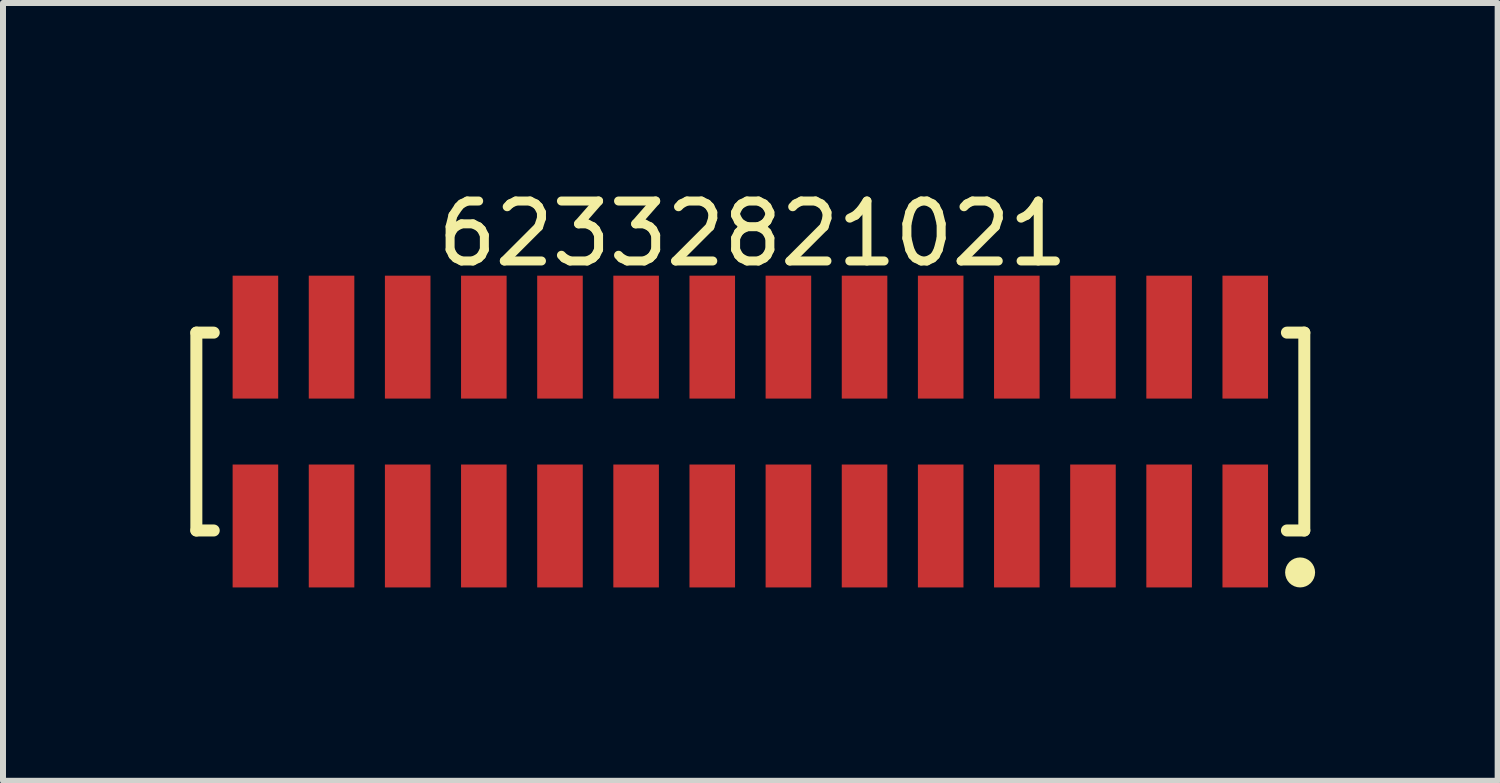
<source format=kicad_pcb>
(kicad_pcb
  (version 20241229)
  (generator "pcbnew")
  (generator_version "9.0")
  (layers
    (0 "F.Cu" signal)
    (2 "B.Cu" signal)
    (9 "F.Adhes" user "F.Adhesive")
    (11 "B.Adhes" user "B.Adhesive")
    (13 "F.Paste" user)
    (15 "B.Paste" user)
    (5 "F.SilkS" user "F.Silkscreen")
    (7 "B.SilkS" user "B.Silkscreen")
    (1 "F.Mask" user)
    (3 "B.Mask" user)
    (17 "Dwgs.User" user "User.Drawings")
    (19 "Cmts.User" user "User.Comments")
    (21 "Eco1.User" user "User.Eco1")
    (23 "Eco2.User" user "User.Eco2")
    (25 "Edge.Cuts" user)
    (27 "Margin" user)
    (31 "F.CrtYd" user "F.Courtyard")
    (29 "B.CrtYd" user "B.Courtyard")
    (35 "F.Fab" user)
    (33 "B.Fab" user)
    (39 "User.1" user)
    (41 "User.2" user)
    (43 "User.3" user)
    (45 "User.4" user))
  (footprint "62332821021"
    (layer "F.Cu")
    (at 9.465 4.148)
    (property "Reference" "62332821021" (at 0.04 -3.3 0) (layer "F.SilkS") (effects (font (size 1 1) (thickness 0.15))))
    (fp_line (start -9.24 -1.65) (end -8.95 -1.65) (stroke (width 0.2) (type solid)) (layer "F.SilkS"))
    (fp_line (start -9.24 1.65) (end -9.24 -1.65) (stroke (width 0.2) (type solid)) (layer "F.SilkS"))
    (fp_line (start -9.24 1.65) (end -8.95 1.65) (stroke (width 0.2) (type solid)) (layer "F.SilkS"))
    (fp_line (start 8.95 -1.65) (end 9.24 -1.65) (stroke (width 0.2) (type solid)) (layer "F.SilkS"))
    (fp_line (start 8.95 1.65) (end 9.24 1.65) (stroke (width 0.2) (type solid)) (layer "F.SilkS"))
    (fp_line (start 9.24 1.65) (end 9.24 -1.65) (stroke (width 0.2) (type solid)) (layer "F.SilkS"))
    (fp_circle (center 9.17 2.35) (end 9.17 2.225) (stroke (width 0.25) (type solid)) (fill no) (layer "F.SilkS"))
    (fp_line (start -9.44 -2.8) (end 9.44 -2.8) (stroke (width 0.05) (type solid)) (layer "Eco2.User"))
    (fp_line (start -9.44 2.8) (end -9.44 -2.8) (stroke (width 0.05) (type solid)) (layer "Eco2.User"))
    (fp_line (start -9.44 2.8) (end 9.44 2.8) (stroke (width 0.05) (type solid)) (layer "Eco2.User"))
    (fp_line (start -9.09 -1.55) (end 9.09 -1.55) (stroke (width 0.1) (type solid)) (layer "Eco2.User"))
    (fp_line (start -9.09 1.55) (end -9.09 -1.55) (stroke (width 0.1) (type solid)) (layer "Eco2.User"))
    (fp_line (start -9.09 1.55) (end 9.09 1.55) (stroke (width 0.1) (type solid)) (layer "Eco2.User"))
    (fp_line (start -8.505 -2.3) (end -8.005 -2.3) (stroke (width 0.1) (type solid)) (layer "Eco2.User"))
    (fp_line (start -8.505 -1.55) (end -8.505 -2.3) (stroke (width 0.1) (type solid)) (layer "Eco2.User"))
    (fp_line (start -8.505 2.3) (end -8.505 1.55) (stroke (width 0.1) (type solid)) (layer "Eco2.User"))
    (fp_line (start -8.505 2.3) (end -8.005 2.3) (stroke (width 0.1) (type solid)) (layer "Eco2.User"))
    (fp_line (start -8.005 -1.55) (end -8.005 -2.3) (stroke (width 0.1) (type solid)) (layer "Eco2.User"))
    (fp_line (start -8.005 2.3) (end -8.005 1.55) (stroke (width 0.1) (type solid)) (layer "Eco2.User"))
    (fp_line (start -7.235 -2.3) (end -6.735 -2.3) (stroke (width 0.1) (type solid)) (layer "Eco2.User"))
    (fp_line (start -7.235 -1.55) (end -7.235 -2.3) (stroke (width 0.1) (type solid)) (layer "Eco2.User"))
    (fp_line (start -7.235 2.3) (end -7.235 1.55) (stroke (width 0.1) (type solid)) (layer "Eco2.User"))
    (fp_line (start -7.235 2.3) (end -6.735 2.3) (stroke (width 0.1) (type solid)) (layer "Eco2.User"))
    (fp_line (start -6.735 -1.55) (end -6.735 -2.3) (stroke (width 0.1) (type solid)) (layer "Eco2.User"))
    (fp_line (start -6.735 2.3) (end -6.735 1.55) (stroke (width 0.1) (type solid)) (layer "Eco2.User"))
    (fp_line (start -5.965 -2.3) (end -5.465 -2.3) (stroke (width 0.1) (type solid)) (layer "Eco2.User"))
    (fp_line (start -5.965 -1.55) (end -5.965 -2.3) (stroke (width 0.1) (type solid)) (layer "Eco2.User"))
    (fp_line (start -5.965 2.3) (end -5.965 1.55) (stroke (width 0.1) (type solid)) (layer "Eco2.User"))
    (fp_line (start -5.965 2.3) (end -5.465 2.3) (stroke (width 0.1) (type solid)) (layer "Eco2.User"))
    (fp_line (start -5.465 -1.55) (end -5.465 -2.3) (stroke (width 0.1) (type solid)) (layer "Eco2.User"))
    (fp_line (start -5.465 2.3) (end -5.465 1.55) (stroke (width 0.1) (type solid)) (layer "Eco2.User"))
    (fp_line (start -4.695 -2.3) (end -4.195 -2.3) (stroke (width 0.1) (type solid)) (layer "Eco2.User"))
    (fp_line (start -4.695 -1.55) (end -4.695 -2.3) (stroke (width 0.1) (type solid)) (layer "Eco2.User"))
    (fp_line (start -4.695 2.3) (end -4.695 1.55) (stroke (width 0.1) (type solid)) (layer "Eco2.User"))
    (fp_line (start -4.695 2.3) (end -4.195 2.3) (stroke (width 0.1) (type solid)) (layer "Eco2.User"))
    (fp_line (start -4.195 -1.55) (end -4.195 -2.3) (stroke (width 0.1) (type solid)) (layer "Eco2.User"))
    (fp_line (start -4.195 2.3) (end -4.195 1.55) (stroke (width 0.1) (type solid)) (layer "Eco2.User"))
    (fp_line (start -3.425 -2.3) (end -2.925 -2.3) (stroke (width 0.1) (type solid)) (layer "Eco2.User"))
    (fp_line (start -3.425 -1.55) (end -3.425 -2.3) (stroke (width 0.1) (type solid)) (layer "Eco2.User"))
    (fp_line (start -3.425 2.3) (end -3.425 1.55) (stroke (width 0.1) (type solid)) (layer "Eco2.User"))
    (fp_line (start -3.425 2.3) (end -2.925 2.3) (stroke (width 0.1) (type solid)) (layer "Eco2.User"))
    (fp_line (start -2.925 -1.55) (end -2.925 -2.3) (stroke (width 0.1) (type solid)) (layer "Eco2.User"))
    (fp_line (start -2.925 2.3) (end -2.925 1.55) (stroke (width 0.1) (type solid)) (layer "Eco2.User"))
    (fp_line (start -2.155 -2.3) (end -1.655 -2.3) (stroke (width 0.1) (type solid)) (layer "Eco2.User"))
    (fp_line (start -2.155 -1.55) (end -2.155 -2.3) (stroke (width 0.1) (type solid)) (layer "Eco2.User"))
    (fp_line (start -2.155 2.3) (end -2.155 1.55) (stroke (width 0.1) (type solid)) (layer "Eco2.User"))
    (fp_line (start -2.155 2.3) (end -1.655 2.3) (stroke (width 0.1) (type solid)) (layer "Eco2.User"))
    (fp_line (start -1.655 -1.55) (end -1.655 -2.3) (stroke (width 0.1) (type solid)) (layer "Eco2.User"))
    (fp_line (start -1.655 2.3) (end -1.655 1.55) (stroke (width 0.1) (type solid)) (layer "Eco2.User"))
    (fp_line (start -0.885 -2.3) (end -0.385 -2.3) (stroke (width 0.1) (type solid)) (layer "Eco2.User"))
    (fp_line (start -0.885 -1.55) (end -0.885 -2.3) (stroke (width 0.1) (type solid)) (layer "Eco2.User"))
    (fp_line (start -0.885 2.3) (end -0.885 1.55) (stroke (width 0.1) (type solid)) (layer "Eco2.User"))
    (fp_line (start -0.885 2.3) (end -0.385 2.3) (stroke (width 0.1) (type solid)) (layer "Eco2.User"))
    (fp_line (start -0.5 0) (end 0.5 0) (stroke (width 0.05) (type solid)) (layer "Eco2.User"))
    (fp_line (start -0.385 -1.55) (end -0.385 -2.3) (stroke (width 0.1) (type solid)) (layer "Eco2.User"))
    (fp_line (start -0.385 2.3) (end -0.385 1.55) (stroke (width 0.1) (type solid)) (layer "Eco2.User"))
    (fp_line (start 0 0.5) (end 0 -0.5) (stroke (width 0.05) (type solid)) (layer "Eco2.User"))
    (fp_line (start 0.385 -2.3) (end 0.885 -2.3) (stroke (width 0.1) (type solid)) (layer "Eco2.User"))
    (fp_line (start 0.385 -1.55) (end 0.385 -2.3) (stroke (width 0.1) (type solid)) (layer "Eco2.User"))
    (fp_line (start 0.385 2.3) (end 0.385 1.55) (stroke (width 0.1) (type solid)) (layer "Eco2.User"))
    (fp_line (start 0.385 2.3) (end 0.885 2.3) (stroke (width 0.1) (type solid)) (layer "Eco2.User"))
    (fp_line (start 0.885 -1.55) (end 0.885 -2.3) (stroke (width 0.1) (type solid)) (layer "Eco2.User"))
    (fp_line (start 0.885 2.3) (end 0.885 1.55) (stroke (width 0.1) (type solid)) (layer "Eco2.User"))
    (fp_line (start 1.655 -2.3) (end 2.155 -2.3) (stroke (width 0.1) (type solid)) (layer "Eco2.User"))
    (fp_line (start 1.655 -1.55) (end 1.655 -2.3) (stroke (width 0.1) (type solid)) (layer "Eco2.User"))
    (fp_line (start 1.655 2.3) (end 1.655 1.55) (stroke (width 0.1) (type solid)) (layer "Eco2.User"))
    (fp_line (start 1.655 2.3) (end 2.155 2.3) (stroke (width 0.1) (type solid)) (layer "Eco2.User"))
    (fp_line (start 2.155 -1.55) (end 2.155 -2.3) (stroke (width 0.1) (type solid)) (layer "Eco2.User"))
    (fp_line (start 2.155 2.3) (end 2.155 1.55) (stroke (width 0.1) (type solid)) (layer "Eco2.User"))
    (fp_line (start 2.925 -2.3) (end 3.425 -2.3) (stroke (width 0.1) (type solid)) (layer "Eco2.User"))
    (fp_line (start 2.925 -1.55) (end 2.925 -2.3) (stroke (width 0.1) (type solid)) (layer "Eco2.User"))
    (fp_line (start 2.925 2.3) (end 2.925 1.55) (stroke (width 0.1) (type solid)) (layer "Eco2.User"))
    (fp_line (start 2.925 2.3) (end 3.425 2.3) (stroke (width 0.1) (type solid)) (layer "Eco2.User"))
    (fp_line (start 3.425 -1.55) (end 3.425 -2.3) (stroke (width 0.1) (type solid)) (layer "Eco2.User"))
    (fp_line (start 3.425 2.3) (end 3.425 1.55) (stroke (width 0.1) (type solid)) (layer "Eco2.User"))
    (fp_line (start 4.195 -2.3) (end 4.695 -2.3) (stroke (width 0.1) (type solid)) (layer "Eco2.User"))
    (fp_line (start 4.195 -1.55) (end 4.195 -2.3) (stroke (width 0.1) (type solid)) (layer "Eco2.User"))
    (fp_line (start 4.195 2.3) (end 4.195 1.55) (stroke (width 0.1) (type solid)) (layer "Eco2.User"))
    (fp_line (start 4.195 2.3) (end 4.695 2.3) (stroke (width 0.1) (type solid)) (layer "Eco2.User"))
    (fp_line (start 4.695 -1.55) (end 4.695 -2.3) (stroke (width 0.1) (type solid)) (layer "Eco2.User"))
    (fp_line (start 4.695 2.3) (end 4.695 1.55) (stroke (width 0.1) (type solid)) (layer "Eco2.User"))
    (fp_line (start 5.465 -2.3) (end 5.965 -2.3) (stroke (width 0.1) (type solid)) (layer "Eco2.User"))
    (fp_line (start 5.465 -1.55) (end 5.465 -2.3) (stroke (width 0.1) (type solid)) (layer "Eco2.User"))
    (fp_line (start 5.465 2.3) (end 5.465 1.55) (stroke (width 0.1) (type solid)) (layer "Eco2.User"))
    (fp_line (start 5.465 2.3) (end 5.965 2.3) (stroke (width 0.1) (type solid)) (layer "Eco2.User"))
    (fp_line (start 5.965 -1.55) (end 5.965 -2.3) (stroke (width 0.1) (type solid)) (layer "Eco2.User"))
    (fp_line (start 5.965 2.3) (end 5.965 1.55) (stroke (width 0.1) (type solid)) (layer "Eco2.User"))
    (fp_line (start 6.735 -2.3) (end 7.235 -2.3) (stroke (width 0.1) (type solid)) (layer "Eco2.User"))
    (fp_line (start 6.735 -1.55) (end 6.735 -2.3) (stroke (width 0.1) (type solid)) (layer "Eco2.User"))
    (fp_line (start 6.735 2.3) (end 6.735 1.55) (stroke (width 0.1) (type solid)) (layer "Eco2.User"))
    (fp_line (start 6.735 2.3) (end 7.235 2.3) (stroke (width 0.1) (type solid)) (layer "Eco2.User"))
    (fp_line (start 7.235 -1.55) (end 7.235 -2.3) (stroke (width 0.1) (type solid)) (layer "Eco2.User"))
    (fp_line (start 7.235 2.3) (end 7.235 1.55) (stroke (width 0.1) (type solid)) (layer "Eco2.User"))
    (fp_line (start 8.005 -2.3) (end 8.505 -2.3) (stroke (width 0.1) (type solid)) (layer "Eco2.User"))
    (fp_line (start 8.005 -1.55) (end 8.005 -2.3) (stroke (width 0.1) (type solid)) (layer "Eco2.User"))
    (fp_line (start 8.005 2.3) (end 8.005 1.55) (stroke (width 0.1) (type solid)) (layer "Eco2.User"))
    (fp_line (start 8.005 2.3) (end 8.505 2.3) (stroke (width 0.1) (type solid)) (layer "Eco2.User"))
    (fp_line (start 8.505 -1.55) (end 8.505 -2.3) (stroke (width 0.1) (type solid)) (layer "Eco2.User"))
    (fp_line (start 8.505 2.3) (end 8.505 1.55) (stroke (width 0.1) (type solid)) (layer "Eco2.User"))
    (fp_line (start 9.09 1.55) (end 9.09 -1.55) (stroke (width 0.1) (type solid)) (layer "Eco2.User"))
    (fp_line (start 9.44 2.8) (end 9.44 -2.8) (stroke (width 0.05) (type solid)) (layer "Eco2.User"))
    (fp_text user "${REFERENCE}" (at 0.1 -0.131 0) (unlocked yes) (layer "User.3") (effects (font (size 1 1) (thickness 0.1))))
    (pad "1" smd rect (at 8.255 1.575 180) (size 0.76 2.05) (layers "F.Cu" "F.Mask" "F.Paste"))
    (pad "2" smd rect (at 8.255 -1.575 180) (size 0.76 2.05) (layers "F.Cu" "F.Mask" "F.Paste"))
    (pad "3" smd rect (at 6.985 1.575 180) (size 0.76 2.05) (layers "F.Cu" "F.Mask" "F.Paste"))
    (pad "4" smd rect (at 6.985 -1.575 180) (size 0.76 2.05) (layers "F.Cu" "F.Mask" "F.Paste"))
    (pad "5" smd rect (at 5.715 1.575 180) (size 0.76 2.05) (layers "F.Cu" "F.Mask" "F.Paste"))
    (pad "6" smd rect (at 5.715 -1.575 180) (size 0.76 2.05) (layers "F.Cu" "F.Mask" "F.Paste"))
    (pad "7" smd rect (at 4.445 1.575 180) (size 0.76 2.05) (layers "F.Cu" "F.Mask" "F.Paste"))
    (pad "8" smd rect (at 4.445 -1.575 180) (size 0.76 2.05) (layers "F.Cu" "F.Mask" "F.Paste"))
    (pad "9" smd rect (at 3.175 1.575 180) (size 0.76 2.05) (layers "F.Cu" "F.Mask" "F.Paste"))
    (pad "10" smd rect (at 3.175 -1.575 180) (size 0.76 2.05) (layers "F.Cu" "F.Mask" "F.Paste"))
    (pad "11" smd rect (at 1.905 1.575 180) (size 0.76 2.05) (layers "F.Cu" "F.Mask" "F.Paste"))
    (pad "12" smd rect (at 1.905 -1.575 180) (size 0.76 2.05) (layers "F.Cu" "F.Mask" "F.Paste"))
    (pad "13" smd rect (at 0.635 1.575 180) (size 0.76 2.05) (layers "F.Cu" "F.Mask" "F.Paste"))
    (pad "14" smd rect (at 0.635 -1.575 180) (size 0.76 2.05) (layers "F.Cu" "F.Mask" "F.Paste"))
    (pad "15" smd rect (at -0.635 1.575 180) (size 0.76 2.05) (layers "F.Cu" "F.Mask" "F.Paste"))
    (pad "16" smd rect (at -0.635 -1.575 180) (size 0.76 2.05) (layers "F.Cu" "F.Mask" "F.Paste"))
    (pad "17" smd rect (at -1.905 1.575 180) (size 0.76 2.05) (layers "F.Cu" "F.Mask" "F.Paste"))
    (pad "18" smd rect (at -1.905 -1.575 180) (size 0.76 2.05) (layers "F.Cu" "F.Mask" "F.Paste"))
    (pad "19" smd rect (at -3.175 1.575 180) (size 0.76 2.05) (layers "F.Cu" "F.Mask" "F.Paste"))
    (pad "20" smd rect (at -3.175 -1.575 180) (size 0.76 2.05) (layers "F.Cu" "F.Mask" "F.Paste"))
    (pad "21" smd rect (at -4.445 1.575 180) (size 0.76 2.05) (layers "F.Cu" "F.Mask" "F.Paste"))
    (pad "22" smd rect (at -4.445 -1.575 180) (size 0.76 2.05) (layers "F.Cu" "F.Mask" "F.Paste"))
    (pad "23" smd rect (at -5.715 1.575 180) (size 0.76 2.05) (layers "F.Cu" "F.Mask" "F.Paste"))
    (pad "24" smd rect (at -5.715 -1.575 180) (size 0.76 2.05) (layers "F.Cu" "F.Mask" "F.Paste"))
    (pad "25" smd rect (at -6.985 1.575 180) (size 0.76 2.05) (layers "F.Cu" "F.Mask" "F.Paste"))
    (pad "26" smd rect (at -6.985 -1.575 180) (size 0.76 2.05) (layers "F.Cu" "F.Mask" "F.Paste"))
    (pad "27" smd rect (at -8.255 1.575 180) (size 0.76 2.05) (layers "F.Cu" "F.Mask" "F.Paste"))
    (pad "28" smd rect (at -8.255 -1.575 180) (size 0.76 2.05) (layers "F.Cu" "F.Mask" "F.Paste")))
  (gr_rect
    (start -3 -3)
    (end 21.93 9.973)
    (stroke (width 0.1) (type default))
    (fill no)
    (layer "Edge.Cuts")))
</source>
